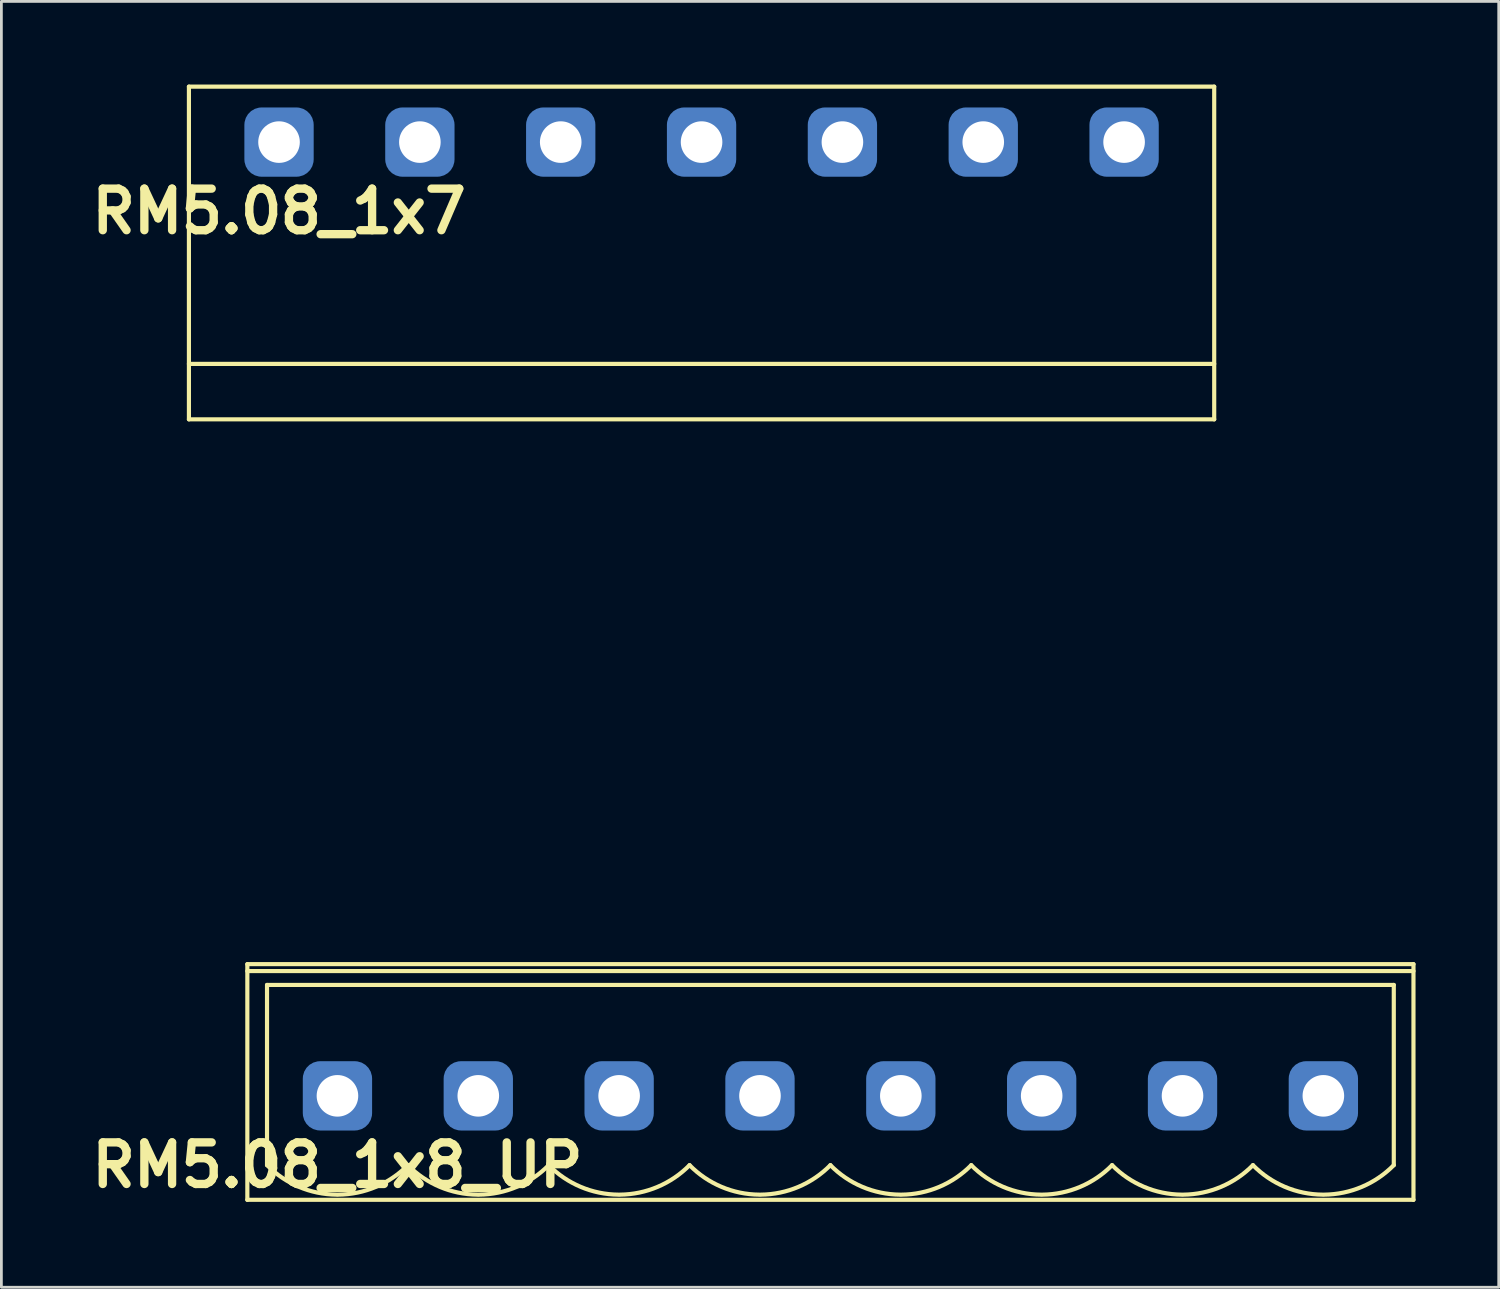
<source format=kicad_pcb>
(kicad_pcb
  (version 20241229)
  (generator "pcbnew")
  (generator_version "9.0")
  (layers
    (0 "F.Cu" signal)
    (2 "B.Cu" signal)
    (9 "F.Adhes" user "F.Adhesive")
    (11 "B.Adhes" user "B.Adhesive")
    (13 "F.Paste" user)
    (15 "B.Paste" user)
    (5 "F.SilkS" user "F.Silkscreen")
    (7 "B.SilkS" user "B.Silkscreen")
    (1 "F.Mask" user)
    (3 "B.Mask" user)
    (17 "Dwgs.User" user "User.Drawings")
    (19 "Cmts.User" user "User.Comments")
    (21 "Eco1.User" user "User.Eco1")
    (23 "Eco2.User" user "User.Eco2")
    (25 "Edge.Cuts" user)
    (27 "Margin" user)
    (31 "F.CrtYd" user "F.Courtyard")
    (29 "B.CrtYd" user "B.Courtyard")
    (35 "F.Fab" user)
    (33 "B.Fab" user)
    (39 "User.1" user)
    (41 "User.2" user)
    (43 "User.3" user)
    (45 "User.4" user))
  (footprint "RM5.08_1x7"
    (layer "F.Cu")
    (at 7.014 2.075)
    (property "Reference" "RM5.08_1x7" (at 0 2.5 0) (layer "F.SilkS") (effects (font (size 1.5 1.5) (thickness 0.3))))
    (attr through_hole)
    (fp_line (start -3.25 -2) (end 33.73 -2) (stroke (width 0.15) (type solid)) (layer "F.SilkS"))
    (fp_line (start -3.25 8) (end 33.73 8) (stroke (width 0.15) (type solid)) (layer "F.SilkS"))
    (fp_line (start -3.25 10) (end -3.25 -2) (stroke (width 0.15) (type solid)) (layer "F.SilkS"))
    (fp_line (start -3.25 10) (end 33.73 10) (stroke (width 0.15) (type solid)) (layer "F.SilkS"))
    (fp_line (start 33.73 10) (end 33.73 -2) (stroke (width 0.15) (type solid)) (layer "F.SilkS"))
    (fp_line (start -2.54 20) (end -2.54 10) (stroke (width 0.15) (type solid)) (layer "Margin"))
    (fp_line (start -2.54 20) (end 33.02 20) (stroke (width 0.15) (type solid)) (layer "Margin"))
    (fp_line (start -1.5 14) (end 1.5 14) (stroke (width 0.15) (type solid)) (layer "Margin"))
    (fp_line (start 3.58 14) (end 6.58 14) (stroke (width 0.15) (type solid)) (layer "Margin"))
    (fp_line (start 8.66 14) (end 11.66 14) (stroke (width 0.15) (type solid)) (layer "Margin"))
    (fp_line (start 13.74 14) (end 16.74 14) (stroke (width 0.15) (type solid)) (layer "Margin"))
    (fp_line (start 18.82 14) (end 21.82 14) (stroke (width 0.15) (type solid)) (layer "Margin"))
    (fp_line (start 23.9 14) (end 26.9 14) (stroke (width 0.15) (type solid)) (layer "Margin"))
    (fp_line (start 28.98 14) (end 31.98 14) (stroke (width 0.15) (type solid)) (layer "Margin"))
    (fp_line (start 33.02 20) (end 33.02 10) (stroke (width 0.15) (type solid)) (layer "Margin"))
    (fp_circle (center 0 14) (end 0 12.5) (stroke (width 0.15) (type solid)) (fill no) (layer "Margin"))
    (fp_circle (center 5.08 14) (end 5.08 12.5) (stroke (width 0.15) (type solid)) (fill no) (layer "Margin"))
    (fp_circle (center 10.16 14) (end 10.16 12.5) (stroke (width 0.15) (type solid)) (fill no) (layer "Margin"))
    (fp_circle (center 15.24 14) (end 15.24 12.5) (stroke (width 0.15) (type solid)) (fill no) (layer "Margin"))
    (fp_circle (center 20.32 14) (end 20.32 12.5) (stroke (width 0.15) (type solid)) (fill no) (layer "Margin"))
    (fp_circle (center 25.4 14) (end 25.4 12.5) (stroke (width 0.15) (type solid)) (fill no) (layer "Margin"))
    (fp_circle (center 30.48 14) (end 30.48 12.5) (stroke (width 0.15) (type solid)) (fill no) (layer "Margin"))
    (pad "1" thru_hole circle (at 0 0) (size 1.8 1.8) (drill 1.5) (layers "*.Cu" "*.Mask"))
    (pad "1" smd roundrect (at 0 0) (size 2.5 2.5) (layers "B.Cu" "B.Mask") (roundrect_rratio 0.25))
    (pad "2" thru_hole circle (at 5.08 0) (size 1.8 1.8) (drill 1.5) (layers "*.Cu" "*.Mask"))
    (pad "2" smd roundrect (at 5.08 0) (size 2.5 2.5) (layers "B.Cu" "B.Mask") (roundrect_rratio 0.25))
    (pad "3" thru_hole circle (at 10.16 0) (size 1.8 1.8) (drill 1.5) (layers "*.Cu" "*.Mask"))
    (pad "3" smd roundrect (at 10.16 0) (size 2.5 2.5) (layers "B.Cu" "B.Mask") (roundrect_rratio 0.25))
    (pad "4" thru_hole circle (at 15.24 0) (size 1.8 1.8) (drill 1.5) (layers "*.Cu" "*.Mask"))
    (pad "4" smd roundrect (at 15.24 0) (size 2.5 2.5) (layers "B.Cu" "B.Mask") (roundrect_rratio 0.25))
    (pad "5" thru_hole circle (at 20.32 0) (size 1.8 1.8) (drill 1.5) (layers "*.Cu" "*.Mask"))
    (pad "5" smd roundrect (at 20.32 0) (size 2.5 2.5) (layers "B.Cu" "B.Mask") (roundrect_rratio 0.25))
    (pad "6" thru_hole circle (at 25.4 0) (size 1.8 1.8) (drill 1.5) (layers "*.Cu" "*.Mask"))
    (pad "6" smd roundrect (at 25.4 0) (size 2.5 2.5) (layers "B.Cu" "B.Mask") (roundrect_rratio 0.25))
    (pad "7" thru_hole circle (at 30.48 0) (size 1.8 1.8) (drill 1.5) (layers "*.Cu" "*.Mask"))
    (pad "7" smd roundrect (at 30.48 0) (size 2.5 2.5) (layers "B.Cu" "B.Mask") (roundrect_rratio 0.25)))
  (footprint "RM5.08_1x8_UP"
    (layer "F.Cu")
    (at 9.121 36.475)
    (property "Reference" "RM5.08_1x8_UP" (at 0 2.5 0) (layer "F.SilkS") (effects (font (size 1.5 1.5) (thickness 0.3))))
    (attr through_hole)
    (fp_line (start -3.25 -4.75) (end -3.25 3.75) (stroke (width 0.15) (type solid)) (layer "F.SilkS"))
    (fp_line (start -3.25 -4.75) (end 38.81 -4.75) (stroke (width 0.15) (type solid)) (layer "F.SilkS"))
    (fp_line (start -3.25 -4.5) (end 38.81 -4.5) (stroke (width 0.15) (type solid)) (layer "F.SilkS"))
    (fp_line (start -3.25 3.75) (end 38.81 3.75) (stroke (width 0.15) (type solid)) (layer "F.SilkS"))
    (fp_line (start -2.54 -4) (end -2.54 2.5) (stroke (width 0.15) (type solid)) (layer "F.SilkS"))
    (fp_line (start -2.54 -4) (end 38.1 -4) (stroke (width 0.15) (type solid)) (layer "F.SilkS"))
    (fp_line (start 38.1 -4) (end 38.1 2.5) (stroke (width 0.15) (type solid)) (layer "F.SilkS"))
    (fp_line (start 38.81 -4.75) (end 38.81 3.75) (stroke (width 0.15) (type solid)) (layer "F.SilkS"))
    (fp_arc (start -0.028284 3.563818) (mid -1.389945 3.281715) (end -2.54 2.5) (stroke (width 0.15) (type solid)) (layer "F.SilkS"))
    (fp_arc (start 2.54 2.5) (mid 1.389945 3.281715) (end 0.028284 3.563818) (stroke (width 0.15) (type solid)) (layer "F.SilkS"))
    (fp_arc (start 5.051716 3.563818) (mid 3.690055 3.281715) (end 2.54 2.5) (stroke (width 0.15) (type solid)) (layer "F.SilkS"))
    (fp_arc (start 7.62 2.5) (mid 6.469945 3.281715) (end 5.108284 3.563818) (stroke (width 0.15) (type solid)) (layer "F.SilkS"))
    (fp_arc (start 10.131716 3.563818) (mid 8.770055 3.281715) (end 7.62 2.5) (stroke (width 0.15) (type solid)) (layer "F.SilkS"))
    (fp_arc (start 12.7 2.5) (mid 11.549945 3.281715) (end 10.188284 3.563818) (stroke (width 0.15) (type solid)) (layer "F.SilkS"))
    (fp_arc (start 15.211716 3.563818) (mid 13.850055 3.281715) (end 12.7 2.5) (stroke (width 0.15) (type solid)) (layer "F.SilkS"))
    (fp_arc (start 17.78 2.5) (mid 16.629945 3.281715) (end 15.268284 3.563818) (stroke (width 0.15) (type solid)) (layer "F.SilkS"))
    (fp_arc (start 20.291716 3.563818) (mid 18.930055 3.281715) (end 17.78 2.5) (stroke (width 0.15) (type solid)) (layer "F.SilkS"))
    (fp_arc (start 22.86 2.5) (mid 21.709945 3.281715) (end 20.348284 3.563818) (stroke (width 0.15) (type solid)) (layer "F.SilkS"))
    (fp_arc (start 25.371716 3.563818) (mid 24.010055 3.281715) (end 22.86 2.5) (stroke (width 0.15) (type solid)) (layer "F.SilkS"))
    (fp_arc (start 27.94 2.5) (mid 26.789945 3.281715) (end 25.428284 3.563818) (stroke (width 0.15) (type solid)) (layer "F.SilkS"))
    (fp_arc (start 30.451716 3.563818) (mid 29.090055 3.281715) (end 27.94 2.5) (stroke (width 0.15) (type solid)) (layer "F.SilkS"))
    (fp_arc (start 33.02 2.5) (mid 31.869945 3.281715) (end 30.508284 3.563818) (stroke (width 0.15) (type solid)) (layer "F.SilkS"))
    (fp_arc (start 35.531716 3.563818) (mid 34.170055 3.281715) (end 33.02 2.5) (stroke (width 0.15) (type solid)) (layer "F.SilkS"))
    (fp_arc (start 38.1 2.5) (mid 36.949945 3.281715) (end 35.588284 3.563818) (stroke (width 0.15) (type solid)) (layer "F.SilkS"))
    (fp_line (start -2.54 -11.25) (end 38.1 -11.25) (stroke (width 0.15) (type solid)) (layer "Margin"))
    (fp_line (start -2.54 3.75) (end -2.54 -11.25) (stroke (width 0.15) (type solid)) (layer "Margin"))
    (fp_line (start -2.54 3.75) (end 38.1 3.75) (stroke (width 0.15) (type solid)) (layer "Margin"))
    (fp_line (start -1.25 -1.25) (end 1.25 -1.25) (stroke (width 0.15) (type solid)) (layer "Margin"))
    (fp_line (start -1.25 1) (end -1.25 -1.25) (stroke (width 0.15) (type solid)) (layer "Margin"))
    (fp_line (start -1.25 1) (end 1.25 1) (stroke (width 0.15) (type solid)) (layer "Margin"))
    (fp_line (start 1.25 1) (end 1.25 -1.25) (stroke (width 0.15) (type solid)) (layer "Margin"))
    (fp_line (start 3.83 -1.25) (end 6.33 -1.25) (stroke (width 0.15) (type solid)) (layer "Margin"))
    (fp_line (start 3.83 1) (end 3.83 -1.25) (stroke (width 0.15) (type solid)) (layer "Margin"))
    (fp_line (start 3.83 1) (end 6.33 1) (stroke (width 0.15) (type solid)) (layer "Margin"))
    (fp_line (start 6.33 1) (end 6.33 -1.25) (stroke (width 0.15) (type solid)) (layer "Margin"))
    (fp_line (start 8.91 -1.25) (end 11.41 -1.25) (stroke (width 0.15) (type solid)) (layer "Margin"))
    (fp_line (start 8.91 1) (end 8.91 -1.25) (stroke (width 0.15) (type solid)) (layer "Margin"))
    (fp_line (start 8.91 1) (end 11.41 1) (stroke (width 0.15) (type solid)) (layer "Margin"))
    (fp_line (start 11.41 1) (end 11.41 -1.25) (stroke (width 0.15) (type solid)) (layer "Margin"))
    (fp_line (start 13.99 -1.25) (end 16.49 -1.25) (stroke (width 0.15) (type solid)) (layer "Margin"))
    (fp_line (start 13.99 1) (end 13.99 -1.25) (stroke (width 0.15) (type solid)) (layer "Margin"))
    (fp_line (start 13.99 1) (end 16.49 1) (stroke (width 0.15) (type solid)) (layer "Margin"))
    (fp_line (start 16.49 1) (end 16.49 -1.25) (stroke (width 0.15) (type solid)) (layer "Margin"))
    (fp_line (start 19.07 -1.25) (end 21.57 -1.25) (stroke (width 0.15) (type solid)) (layer "Margin"))
    (fp_line (start 19.07 1) (end 19.07 -1.25) (stroke (width 0.15) (type solid)) (layer "Margin"))
    (fp_line (start 19.07 1) (end 21.57 1) (stroke (width 0.15) (type solid)) (layer "Margin"))
    (fp_line (start 21.57 1) (end 21.57 -1.25) (stroke (width 0.15) (type solid)) (layer "Margin"))
    (fp_line (start 24.15 -1.25) (end 26.65 -1.25) (stroke (width 0.15) (type solid)) (layer "Margin"))
    (fp_line (start 24.15 1) (end 24.15 -1.25) (stroke (width 0.15) (type solid)) (layer "Margin"))
    (fp_line (start 24.15 1) (end 26.65 1) (stroke (width 0.15) (type solid)) (layer "Margin"))
    (fp_line (start 26.65 1) (end 26.65 -1.25) (stroke (width 0.15) (type solid)) (layer "Margin"))
    (fp_line (start 29.23 -1.25) (end 31.73 -1.25) (stroke (width 0.15) (type solid)) (layer "Margin"))
    (fp_line (start 29.23 1) (end 29.23 -1.25) (stroke (width 0.15) (type solid)) (layer "Margin"))
    (fp_line (start 29.23 1) (end 31.73 1) (stroke (width 0.15) (type solid)) (layer "Margin"))
    (fp_line (start 31.73 1) (end 31.73 -1.25) (stroke (width 0.15) (type solid)) (layer "Margin"))
    (fp_line (start 34.31 -1.25) (end 36.81 -1.25) (stroke (width 0.15) (type solid)) (layer "Margin"))
    (fp_line (start 34.31 1) (end 34.31 -1.25) (stroke (width 0.15) (type solid)) (layer "Margin"))
    (fp_line (start 34.31 1) (end 36.81 1) (stroke (width 0.15) (type solid)) (layer "Margin"))
    (fp_line (start 36.81 1) (end 36.81 -1.25) (stroke (width 0.15) (type solid)) (layer "Margin"))
    (fp_line (start 38.1 3.75) (end 38.1 -11.25) (stroke (width 0.15) (type solid)) (layer "Margin"))
    (pad "1" thru_hole circle (at 0 0) (size 1.8 1.8) (drill 1.5) (layers "*.Cu" "*.Mask"))
    (pad "1" smd roundrect (at 0 0) (size 2.5 2.5) (layers "B.Cu" "B.Mask") (roundrect_rratio 0.25))
    (pad "2" thru_hole circle (at 5.08 0) (size 1.8 1.8) (drill 1.5) (layers "*.Cu" "*.Mask"))
    (pad "2" smd roundrect (at 5.08 0) (size 2.5 2.5) (layers "B.Cu" "B.Mask") (roundrect_rratio 0.25))
    (pad "3" thru_hole circle (at 10.16 0) (size 1.8 1.8) (drill 1.5) (layers "*.Cu" "*.Mask"))
    (pad "3" smd roundrect (at 10.16 0) (size 2.5 2.5) (layers "B.Cu" "B.Mask") (roundrect_rratio 0.25))
    (pad "4" thru_hole circle (at 15.24 0) (size 1.8 1.8) (drill 1.5) (layers "*.Cu" "*.Mask"))
    (pad "4" smd roundrect (at 15.24 0) (size 2.5 2.5) (layers "B.Cu" "B.Mask") (roundrect_rratio 0.25))
    (pad "5" thru_hole circle (at 20.32 0) (size 1.8 1.8) (drill 1.5) (layers "*.Cu" "*.Mask"))
    (pad "5" smd roundrect (at 20.32 0) (size 2.5 2.5) (layers "B.Cu" "B.Mask") (roundrect_rratio 0.25))
    (pad "6" thru_hole circle (at 25.4 0) (size 1.8 1.8) (drill 1.5) (layers "*.Cu" "*.Mask"))
    (pad "6" smd roundrect (at 25.4 0) (size 2.5 2.5) (layers "B.Cu" "B.Mask") (roundrect_rratio 0.25))
    (pad "7" thru_hole circle (at 30.48 0) (size 1.8 1.8) (drill 1.5) (layers "*.Cu" "*.Mask"))
    (pad "7" smd roundrect (at 30.48 0) (size 2.5 2.5) (layers "B.Cu" "B.Mask") (roundrect_rratio 0.25))
    (pad "8" thru_hole circle (at 35.56 0) (size 1.8 1.8) (drill 1.5) (layers "*.Cu" "*.Mask"))
    (pad "8" smd roundrect (at 35.56 0) (size 2.5 2.5) (layers "B.Cu" "B.Mask") (roundrect_rratio 0.25)))
  (gr_rect
    (start -3 -3)
    (end 51.006 43.379)
    (stroke (width 0.1) (type default))
    (fill no)
    (layer "Edge.Cuts")))
</source>
